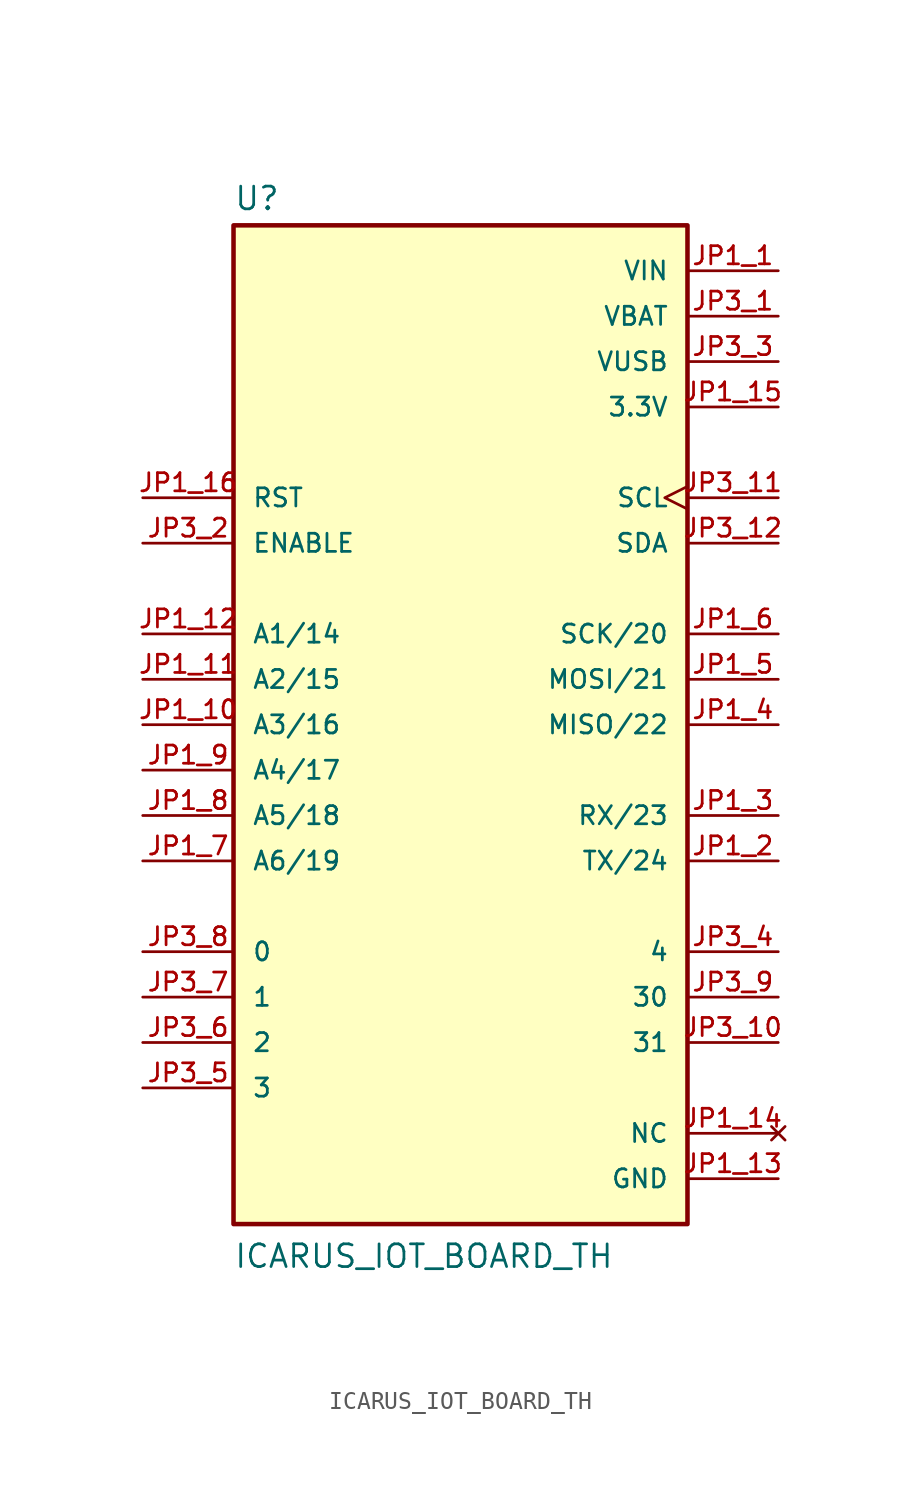
<source format=kicad_sym>
(kicad_symbol_lib
  (version 20211014)
  (generator kicad_symbol_editor)
  (symbol "ICARUS_IOT_BOARD_TH"
    (pin_names
      (offset 1.016))
    (property "Reference" "U"
      (at -12.7 28.702 0)
      (effects (font (size 1.27 1.27)) (justify bottom left)))
    (property "Value" "ICARUS_IOT_BOARD_TH"
      (at -12.7 -30.48 0)
      (effects (font (size 1.27 1.27)) (justify bottom left)))
    (symbol "ICARUS_IOT_BOARD_TH_0_0"
      (rectangle (start -12.7 -27.94) (end 12.7 27.94) (stroke (width 0.254)) (fill (type background)))
      (pin bidirectional line (at -17.78 12.7 0) (length 5.08) (name "RST" (effects (font (size 1.016 1.016)))) (number "JP1_16" (effects (font (size 1.016 1.016)))))
      (pin power_in line (at 17.78 17.78 180.0) (length 5.08) (name "3.3V" (effects (font (size 1.016 1.016)))) (number "JP1_15" (effects (font (size 1.016 1.016)))))
      (pin no_connect line (at 17.78 -22.86 180.0) (length 5.08) (name "NC" (effects (font (size 1.016 1.016)))) (number "JP1_14" (effects (font (size 1.016 1.016)))))
      (pin power_in line (at 17.78 -25.4 180.0) (length 5.08) (name "GND" (effects (font (size 1.016 1.016)))) (number "JP1_13" (effects (font (size 1.016 1.016)))))
      (pin bidirectional line (at -17.78 5.08 0) (length 5.08) (name "A1/14" (effects (font (size 1.016 1.016)))) (number "JP1_12" (effects (font (size 1.016 1.016)))))
      (pin bidirectional line (at -17.78 2.54 0) (length 5.08) (name "A2/15" (effects (font (size 1.016 1.016)))) (number "JP1_11" (effects (font (size 1.016 1.016)))))
      (pin bidirectional line (at -17.78 0.0 0) (length 5.08) (name "A3/16" (effects (font (size 1.016 1.016)))) (number "JP1_10" (effects (font (size 1.016 1.016)))))
      (pin bidirectional line (at -17.78 -5.08 0) (length 5.08) (name "A5/18" (effects (font (size 1.016 1.016)))) (number "JP1_8" (effects (font (size 1.016 1.016)))))
      (pin bidirectional line (at -17.78 -2.54 0) (length 5.08) (name "A4/17" (effects (font (size 1.016 1.016)))) (number "JP1_9" (effects (font (size 1.016 1.016)))))
      (pin bidirectional line (at -17.78 -7.62 0) (length 5.08) (name "A6/19" (effects (font (size 1.016 1.016)))) (number "JP1_7" (effects (font (size 1.016 1.016)))))
      (pin bidirectional line (at 17.78 2.54 180.0) (length 5.08) (name "MOSI/21" (effects (font (size 1.016 1.016)))) (number "JP1_5" (effects (font (size 1.016 1.016)))))
      (pin bidirectional line (at 17.78 5.08 180.0) (length 5.08) (name "SCK/20" (effects (font (size 1.016 1.016)))) (number "JP1_6" (effects (font (size 1.016 1.016)))))
      (pin bidirectional line (at 17.78 -5.08 180.0) (length 5.08) (name "RX/23" (effects (font (size 1.016 1.016)))) (number "JP1_3" (effects (font (size 1.016 1.016)))))
      (pin bidirectional line (at 17.78 0.0 180.0) (length 5.08) (name "MISO/22" (effects (font (size 1.016 1.016)))) (number "JP1_4" (effects (font (size 1.016 1.016)))))
      (pin bidirectional line (at 17.78 -7.62 180.0) (length 5.08) (name "TX/24" (effects (font (size 1.016 1.016)))) (number "JP1_2" (effects (font (size 1.016 1.016)))))
      (pin power_in line (at 17.78 25.4 180.0) (length 5.08) (name "VIN" (effects (font (size 1.016 1.016)))) (number "JP1_1" (effects (font (size 1.016 1.016)))))
      (pin input clock (at 17.78 12.7 180.0) (length 5.08) (name "SCL" (effects (font (size 1.016 1.016)))) (number "JP3_11" (effects (font (size 1.016 1.016)))))
      (pin bidirectional line (at 17.78 10.16 180.0) (length 5.08) (name "SDA" (effects (font (size 1.016 1.016)))) (number "JP3_12" (effects (font (size 1.016 1.016)))))
      (pin bidirectional line (at 17.78 -17.78 180.0) (length 5.08) (name "31" (effects (font (size 1.016 1.016)))) (number "JP3_10" (effects (font (size 1.016 1.016)))))
      (pin bidirectional line (at 17.78 -15.24 180.0) (length 5.08) (name "30" (effects (font (size 1.016 1.016)))) (number "JP3_9" (effects (font (size 1.016 1.016)))))
      (pin bidirectional line (at -17.78 -12.7 0) (length 5.08) (name "0" (effects (font (size 1.016 1.016)))) (number "JP3_8" (effects (font (size 1.016 1.016)))))
      (pin bidirectional line (at -17.78 -15.24 0) (length 5.08) (name "1" (effects (font (size 1.016 1.016)))) (number "JP3_7" (effects (font (size 1.016 1.016)))))
      (pin bidirectional line (at -17.78 -17.78 0) (length 5.08) (name "2" (effects (font (size 1.016 1.016)))) (number "JP3_6" (effects (font (size 1.016 1.016)))))
      (pin bidirectional line (at -17.78 -20.32 0) (length 5.08) (name "3" (effects (font (size 1.016 1.016)))) (number "JP3_5" (effects (font (size 1.016 1.016)))))
      (pin bidirectional line (at 17.78 -12.7 180.0) (length 5.08) (name "4" (effects (font (size 1.016 1.016)))) (number "JP3_4" (effects (font (size 1.016 1.016)))))
      (pin power_in line (at 17.78 20.32 180.0) (length 5.08) (name "VUSB" (effects (font (size 1.016 1.016)))) (number "JP3_3" (effects (font (size 1.016 1.016)))))
      (pin input line (at -17.78 10.16 0) (length 5.08) (name "ENABLE" (effects (font (size 1.016 1.016)))) (number "JP3_2" (effects (font (size 1.016 1.016)))))
      (pin power_in line (at 17.78 22.86 180.0) (length 5.08) (name "VBAT" (effects (font (size 1.016 1.016)))) (number "JP3_1" (effects (font (size 1.016 1.016))))))))
</source>
